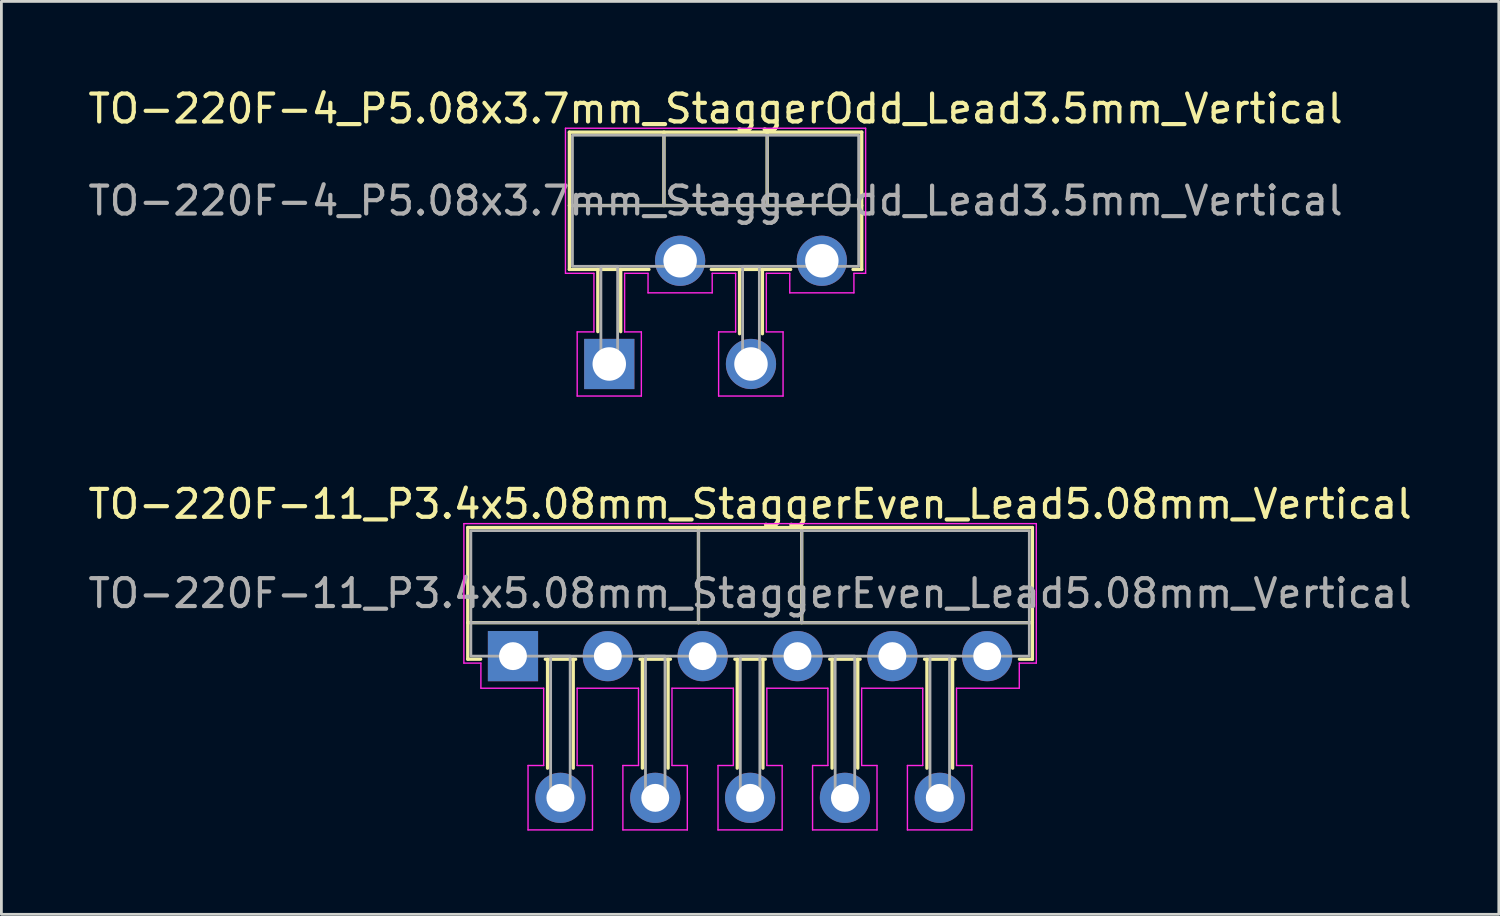
<source format=kicad_pcb>
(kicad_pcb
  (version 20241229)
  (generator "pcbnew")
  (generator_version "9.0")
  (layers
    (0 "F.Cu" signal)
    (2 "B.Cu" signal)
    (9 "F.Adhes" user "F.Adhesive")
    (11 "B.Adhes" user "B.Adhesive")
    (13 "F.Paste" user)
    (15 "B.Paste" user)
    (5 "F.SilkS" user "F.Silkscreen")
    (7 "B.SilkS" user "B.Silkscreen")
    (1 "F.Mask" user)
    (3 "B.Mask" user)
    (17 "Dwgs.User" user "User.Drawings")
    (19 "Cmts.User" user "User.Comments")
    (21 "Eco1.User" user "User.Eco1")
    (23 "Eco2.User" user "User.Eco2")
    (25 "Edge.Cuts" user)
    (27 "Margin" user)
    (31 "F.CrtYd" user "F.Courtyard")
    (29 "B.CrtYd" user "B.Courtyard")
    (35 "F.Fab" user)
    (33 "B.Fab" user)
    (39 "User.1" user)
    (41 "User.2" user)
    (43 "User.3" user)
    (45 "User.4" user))
  (footprint "TO-220F-11_P3.4x5.08mm_StaggerEven_Lead5.08mm_Vertical"
    (layer "F.Cu")
    (at 15.339 20.471)
    (property "Reference" "TO-220F-11_P3.4x5.08mm_StaggerEven_Lead5.08mm_Vertical" (at 8.5 -5.45 0) (layer "F.SilkS") (effects (font (size 1 1) (thickness 0.15))))
    (attr through_hole)
    (fp_line (start -1.62 -4.61) (end 18.62 -4.61) (stroke (width 0.12) (type solid)) (layer "F.SilkS"))
    (fp_line (start -1.62 -1.2) (end 18.62 -1.2) (stroke (width 0.12) (type solid)) (layer "F.SilkS"))
    (fp_line (start -1.62 0.11) (end -1.62 -4.61) (stroke (width 0.12) (type solid)) (layer "F.SilkS"))
    (fp_line (start -1.16 0.11) (end -1.62 0.11) (stroke (width 0.12) (type solid)) (layer "F.SilkS"))
    (fp_line (start 1.24 0.11) (end 1.24 4.015) (stroke (width 0.12) (type solid)) (layer "F.SilkS"))
    (fp_line (start 2.16 0.11) (end 2.16 4.015) (stroke (width 0.12) (type solid)) (layer "F.SilkS"))
    (fp_line (start 2.245 0.11) (end 1.16 0.11) (stroke (width 0.12) (type solid)) (layer "F.SilkS"))
    (fp_line (start 4.64 0.11) (end 4.64 4.015) (stroke (width 0.12) (type solid)) (layer "F.SilkS"))
    (fp_line (start 5.56 0.11) (end 5.56 4.015) (stroke (width 0.12) (type solid)) (layer "F.SilkS"))
    (fp_line (start 5.645 0.11) (end 4.555 0.11) (stroke (width 0.12) (type solid)) (layer "F.SilkS"))
    (fp_line (start 6.65 -4.61) (end 6.65 -1.2) (stroke (width 0.12) (type solid)) (layer "F.SilkS"))
    (fp_line (start 8.04 0.11) (end 8.04 4.015) (stroke (width 0.12) (type solid)) (layer "F.SilkS"))
    (fp_line (start 8.96 0.11) (end 8.96 4.015) (stroke (width 0.12) (type solid)) (layer "F.SilkS"))
    (fp_line (start 9.045 0.11) (end 7.955 0.11) (stroke (width 0.12) (type solid)) (layer "F.SilkS"))
    (fp_line (start 10.35 -4.61) (end 10.35 -1.2) (stroke (width 0.12) (type solid)) (layer "F.SilkS"))
    (fp_line (start 11.44 0.11) (end 11.44 4.015) (stroke (width 0.12) (type solid)) (layer "F.SilkS"))
    (fp_line (start 12.36 0.11) (end 12.36 4.015) (stroke (width 0.12) (type solid)) (layer "F.SilkS"))
    (fp_line (start 12.445 0.11) (end 11.355 0.11) (stroke (width 0.12) (type solid)) (layer "F.SilkS"))
    (fp_line (start 14.84 0.11) (end 14.84 4.015) (stroke (width 0.12) (type solid)) (layer "F.SilkS"))
    (fp_line (start 15.76 0.11) (end 15.76 4.015) (stroke (width 0.12) (type solid)) (layer "F.SilkS"))
    (fp_line (start 15.845 0.11) (end 14.755 0.11) (stroke (width 0.12) (type solid)) (layer "F.SilkS"))
    (fp_line (start 18.62 -4.61) (end 18.62 0.11) (stroke (width 0.12) (type solid)) (layer "F.SilkS"))
    (fp_line (start 18.62 0.11) (end 18.155 0.11) (stroke (width 0.12) (type solid)) (layer "F.SilkS"))
    (fp_line (start -1.76 -4.75) (end 18.76 -4.75) (stroke (width 0.05) (type solid)) (layer "F.CrtYd"))
    (fp_line (start -1.76 0.25) (end -1.76 -4.75) (stroke (width 0.05) (type solid)) (layer "F.CrtYd"))
    (fp_line (start -1.15 0.25) (end -1.76 0.25) (stroke (width 0.05) (type solid)) (layer "F.CrtYd"))
    (fp_line (start -1.15 1.15) (end -1.15 0.25) (stroke (width 0.05) (type solid)) (layer "F.CrtYd"))
    (fp_line (start 0.54 3.92) (end 1.1 3.92) (stroke (width 0.05) (type solid)) (layer "F.CrtYd"))
    (fp_line (start 0.54 6.23) (end 0.54 3.92) (stroke (width 0.05) (type solid)) (layer "F.CrtYd"))
    (fp_line (start 1.1 1.15) (end -1.15 1.15) (stroke (width 0.05) (type solid)) (layer "F.CrtYd"))
    (fp_line (start 1.1 3.92) (end 1.1 1.15) (stroke (width 0.05) (type solid)) (layer "F.CrtYd"))
    (fp_line (start 2.3 1.15) (end 2.3 3.92) (stroke (width 0.05) (type solid)) (layer "F.CrtYd"))
    (fp_line (start 2.3 3.92) (end 2.85 3.92) (stroke (width 0.05) (type solid)) (layer "F.CrtYd"))
    (fp_line (start 2.85 3.92) (end 2.85 6.23) (stroke (width 0.05) (type solid)) (layer "F.CrtYd"))
    (fp_line (start 2.85 6.23) (end 0.54 6.23) (stroke (width 0.05) (type solid)) (layer "F.CrtYd"))
    (fp_line (start 3.94 3.92) (end 4.5 3.92) (stroke (width 0.05) (type solid)) (layer "F.CrtYd"))
    (fp_line (start 3.94 6.23) (end 3.94 3.92) (stroke (width 0.05) (type solid)) (layer "F.CrtYd"))
    (fp_line (start 4.5 1.15) (end 2.3 1.15) (stroke (width 0.05) (type solid)) (layer "F.CrtYd"))
    (fp_line (start 4.5 3.92) (end 4.5 1.15) (stroke (width 0.05) (type solid)) (layer "F.CrtYd"))
    (fp_line (start 5.7 1.15) (end 5.7 3.92) (stroke (width 0.05) (type solid)) (layer "F.CrtYd"))
    (fp_line (start 5.7 3.92) (end 6.25 3.92) (stroke (width 0.05) (type solid)) (layer "F.CrtYd"))
    (fp_line (start 6.25 3.92) (end 6.25 6.23) (stroke (width 0.05) (type solid)) (layer "F.CrtYd"))
    (fp_line (start 6.25 6.23) (end 3.94 6.23) (stroke (width 0.05) (type solid)) (layer "F.CrtYd"))
    (fp_line (start 7.35 3.92) (end 7.9 3.92) (stroke (width 0.05) (type solid)) (layer "F.CrtYd"))
    (fp_line (start 7.35 6.23) (end 7.35 3.92) (stroke (width 0.05) (type solid)) (layer "F.CrtYd"))
    (fp_line (start 7.9 1.15) (end 5.7 1.15) (stroke (width 0.05) (type solid)) (layer "F.CrtYd"))
    (fp_line (start 7.9 3.92) (end 7.9 1.15) (stroke (width 0.05) (type solid)) (layer "F.CrtYd"))
    (fp_line (start 9.1 1.15) (end 9.1 3.92) (stroke (width 0.05) (type solid)) (layer "F.CrtYd"))
    (fp_line (start 9.1 3.92) (end 9.65 3.92) (stroke (width 0.05) (type solid)) (layer "F.CrtYd"))
    (fp_line (start 9.65 3.92) (end 9.65 6.23) (stroke (width 0.05) (type solid)) (layer "F.CrtYd"))
    (fp_line (start 9.65 6.23) (end 7.35 6.23) (stroke (width 0.05) (type solid)) (layer "F.CrtYd"))
    (fp_line (start 10.74 3.92) (end 11.29 3.92) (stroke (width 0.05) (type solid)) (layer "F.CrtYd"))
    (fp_line (start 10.74 6.23) (end 10.74 3.92) (stroke (width 0.05) (type solid)) (layer "F.CrtYd"))
    (fp_line (start 11.29 1.15) (end 9.1 1.15) (stroke (width 0.05) (type solid)) (layer "F.CrtYd"))
    (fp_line (start 11.29 3.92) (end 11.29 1.15) (stroke (width 0.05) (type solid)) (layer "F.CrtYd"))
    (fp_line (start 12.5 1.15) (end 12.5 3.92) (stroke (width 0.05) (type solid)) (layer "F.CrtYd"))
    (fp_line (start 12.5 3.92) (end 13.05 3.92) (stroke (width 0.05) (type solid)) (layer "F.CrtYd"))
    (fp_line (start 13.05 3.92) (end 13.05 6.23) (stroke (width 0.05) (type solid)) (layer "F.CrtYd"))
    (fp_line (start 13.05 6.23) (end 10.74 6.23) (stroke (width 0.05) (type solid)) (layer "F.CrtYd"))
    (fp_line (start 14.14 3.92) (end 14.69 3.92) (stroke (width 0.05) (type solid)) (layer "F.CrtYd"))
    (fp_line (start 14.14 6.23) (end 14.14 3.92) (stroke (width 0.05) (type solid)) (layer "F.CrtYd"))
    (fp_line (start 14.69 1.15) (end 12.5 1.15) (stroke (width 0.05) (type solid)) (layer "F.CrtYd"))
    (fp_line (start 14.69 3.92) (end 14.69 1.15) (stroke (width 0.05) (type solid)) (layer "F.CrtYd"))
    (fp_line (start 15.9 1.15) (end 15.9 3.92) (stroke (width 0.05) (type solid)) (layer "F.CrtYd"))
    (fp_line (start 15.9 3.92) (end 16.45 3.92) (stroke (width 0.05) (type solid)) (layer "F.CrtYd"))
    (fp_line (start 16.45 3.92) (end 16.45 6.23) (stroke (width 0.05) (type solid)) (layer "F.CrtYd"))
    (fp_line (start 16.45 6.23) (end 14.14 6.23) (stroke (width 0.05) (type solid)) (layer "F.CrtYd"))
    (fp_line (start 18.15 0.25) (end 18.15 1.15) (stroke (width 0.05) (type solid)) (layer "F.CrtYd"))
    (fp_line (start 18.15 1.15) (end 15.9 1.15) (stroke (width 0.05) (type solid)) (layer "F.CrtYd"))
    (fp_line (start 18.76 -4.75) (end 18.76 0.25) (stroke (width 0.05) (type solid)) (layer "F.CrtYd"))
    (fp_line (start 18.76 0.25) (end 18.15 0.25) (stroke (width 0.05) (type solid)) (layer "F.CrtYd"))
    (fp_line (start -1.51 -1.2) (end 18.51 -1.2) (stroke (width 0.1) (type solid)) (layer "F.Fab"))
    (fp_line (start 6.65 -4.5) (end 6.65 -1.2) (stroke (width 0.1) (type solid)) (layer "F.Fab"))
    (fp_line (start 10.35 -4.5) (end 10.35 -1.2) (stroke (width 0.1) (type solid)) (layer "F.Fab"))
    (fp_rect (start -1.51 -4.5) (end 18.51 0) (stroke (width 0.1) (type solid)) (fill no) (layer "F.Fab"))
    (fp_rect (start 1.35 0) (end 2.05 5.08) (stroke (width 0.1) (type solid)) (fill no) (layer "F.Fab"))
    (fp_rect (start 4.75 0) (end 5.45 5.08) (stroke (width 0.1) (type solid)) (fill no) (layer "F.Fab"))
    (fp_rect (start 8.15 0) (end 8.85 5.08) (stroke (width 0.1) (type solid)) (fill no) (layer "F.Fab"))
    (fp_rect (start 11.55 0) (end 12.25 5.08) (stroke (width 0.1) (type solid)) (fill no) (layer "F.Fab"))
    (fp_rect (start 14.95 0) (end 15.65 5.08) (stroke (width 0.1) (type solid)) (fill no) (layer "F.Fab"))
    (fp_text user "${REFERENCE}" (at 8.5 -2.25 0) (layer "F.Fab") (effects (font (size 1 1) (thickness 0.15))))
    (pad "1" thru_hole rect (at 0 0) (size 1.8 1.8) (drill 1) (layers "*.Cu" "*.Mask"))
    (pad "2" thru_hole circle (at 1.7 5.08) (size 1.8 1.8) (drill 1) (layers "*.Cu" "*.Mask"))
    (pad "3" thru_hole circle (at 3.4 0) (size 1.8 1.8) (drill 1) (layers "*.Cu" "*.Mask"))
    (pad "4" thru_hole circle (at 5.1 5.08) (size 1.8 1.8) (drill 1) (layers "*.Cu" "*.Mask"))
    (pad "5" thru_hole circle (at 6.8 0) (size 1.8 1.8) (drill 1) (layers "*.Cu" "*.Mask"))
    (pad "6" thru_hole circle (at 8.5 5.08) (size 1.8 1.8) (drill 1) (layers "*.Cu" "*.Mask"))
    (pad "7" thru_hole circle (at 10.2 0) (size 1.8 1.8) (drill 1) (layers "*.Cu" "*.Mask"))
    (pad "8" thru_hole circle (at 11.9 5.08) (size 1.8 1.8) (drill 1) (layers "*.Cu" "*.Mask"))
    (pad "9" thru_hole circle (at 13.6 0) (size 1.8 1.8) (drill 1) (layers "*.Cu" "*.Mask"))
    (pad "10" thru_hole circle (at 15.3 5.08) (size 1.8 1.8) (drill 1) (layers "*.Cu" "*.Mask"))
    (pad "11" thru_hole circle (at 17 0) (size 1.8 1.8) (drill 1) (layers "*.Cu" "*.Mask")))
  (footprint "TO-220F-4_P5.08x3.7mm_StaggerOdd_Lead3.5mm_Vertical"
    (layer "F.Cu")
    (at 18.791 9.998)
    (property "Reference" "TO-220F-4_P5.08x3.7mm_StaggerOdd_Lead3.5mm_Vertical" (at 3.81 -9.15 0) (layer "F.SilkS") (effects (font (size 1 1) (thickness 0.15))))
    (attr through_hole)
    (fp_line (start -1.43 -8.31) (end 9.05 -8.31) (stroke (width 0.12) (type solid)) (layer "F.SilkS"))
    (fp_line (start -1.43 -5.68) (end 9.05 -5.68) (stroke (width 0.12) (type solid)) (layer "F.SilkS"))
    (fp_line (start -1.43 -3.39) (end -1.43 -8.31) (stroke (width 0.12) (type solid)) (layer "F.SilkS"))
    (fp_line (start -0.41 -3.39) (end -0.41 -1.16) (stroke (width 0.12) (type solid)) (layer "F.SilkS"))
    (fp_line (start 0.41 -3.39) (end 0.41 -1.16) (stroke (width 0.12) (type solid)) (layer "F.SilkS"))
    (fp_line (start 1.422 -3.39) (end -1.43 -3.39) (stroke (width 0.12) (type solid)) (layer "F.SilkS"))
    (fp_line (start 1.96 -8.31) (end 1.96 -5.68) (stroke (width 0.12) (type solid)) (layer "F.SilkS"))
    (fp_line (start 4.67 -3.39) (end 4.67 -1.085) (stroke (width 0.12) (type solid)) (layer "F.SilkS"))
    (fp_line (start 5.49 -3.39) (end 5.49 -1.085) (stroke (width 0.12) (type solid)) (layer "F.SilkS"))
    (fp_line (start 5.66 -8.31) (end 5.66 -5.68) (stroke (width 0.12) (type solid)) (layer "F.SilkS"))
    (fp_line (start 6.502 -3.39) (end 3.658 -3.39) (stroke (width 0.12) (type solid)) (layer "F.SilkS"))
    (fp_line (start 9.05 -8.31) (end 9.05 -3.39) (stroke (width 0.12) (type solid)) (layer "F.SilkS"))
    (fp_line (start 9.05 -3.39) (end 8.738 -3.39) (stroke (width 0.12) (type solid)) (layer "F.SilkS"))
    (fp_line (start -1.57 -8.45) (end 9.19 -8.45) (stroke (width 0.05) (type solid)) (layer "F.CrtYd"))
    (fp_line (start -1.57 -3.25) (end -1.57 -8.45) (stroke (width 0.05) (type solid)) (layer "F.CrtYd"))
    (fp_line (start -1.15 -1.15) (end -0.55 -1.15) (stroke (width 0.05) (type solid)) (layer "F.CrtYd"))
    (fp_line (start -1.15 1.15) (end -1.15 -1.15) (stroke (width 0.05) (type solid)) (layer "F.CrtYd"))
    (fp_line (start -0.55 -3.25) (end -1.57 -3.25) (stroke (width 0.05) (type solid)) (layer "F.CrtYd"))
    (fp_line (start -0.55 -1.15) (end -0.55 -3.25) (stroke (width 0.05) (type solid)) (layer "F.CrtYd"))
    (fp_line (start 0.55 -3.25) (end 0.55 -1.15) (stroke (width 0.05) (type solid)) (layer "F.CrtYd"))
    (fp_line (start 0.55 -1.15) (end 1.15 -1.15) (stroke (width 0.05) (type solid)) (layer "F.CrtYd"))
    (fp_line (start 1.15 -1.15) (end 1.15 1.15) (stroke (width 0.05) (type solid)) (layer "F.CrtYd"))
    (fp_line (start 1.15 1.15) (end -1.15 1.15) (stroke (width 0.05) (type solid)) (layer "F.CrtYd"))
    (fp_line (start 1.39 -3.25) (end 0.55 -3.25) (stroke (width 0.05) (type solid)) (layer "F.CrtYd"))
    (fp_line (start 1.39 -2.55) (end 1.39 -3.25) (stroke (width 0.05) (type solid)) (layer "F.CrtYd"))
    (fp_line (start 3.69 -3.25) (end 3.69 -2.55) (stroke (width 0.05) (type solid)) (layer "F.CrtYd"))
    (fp_line (start 3.69 -2.55) (end 1.39 -2.55) (stroke (width 0.05) (type solid)) (layer "F.CrtYd"))
    (fp_line (start 3.92 -1.15) (end 4.53 -1.15) (stroke (width 0.05) (type solid)) (layer "F.CrtYd"))
    (fp_line (start 3.92 1.15) (end 3.92 -1.15) (stroke (width 0.05) (type solid)) (layer "F.CrtYd"))
    (fp_line (start 4.53 -3.25) (end 3.69 -3.25) (stroke (width 0.05) (type solid)) (layer "F.CrtYd"))
    (fp_line (start 4.53 -1.15) (end 4.53 -3.25) (stroke (width 0.05) (type solid)) (layer "F.CrtYd"))
    (fp_line (start 5.63 -3.25) (end 5.63 -1.15) (stroke (width 0.05) (type solid)) (layer "F.CrtYd"))
    (fp_line (start 5.63 -1.15) (end 6.23 -1.15) (stroke (width 0.05) (type solid)) (layer "F.CrtYd"))
    (fp_line (start 6.23 -1.15) (end 6.23 1.15) (stroke (width 0.05) (type solid)) (layer "F.CrtYd"))
    (fp_line (start 6.23 1.15) (end 3.92 1.15) (stroke (width 0.05) (type solid)) (layer "F.CrtYd"))
    (fp_line (start 6.47 -3.25) (end 5.63 -3.25) (stroke (width 0.05) (type solid)) (layer "F.CrtYd"))
    (fp_line (start 6.47 -2.55) (end 6.47 -3.25) (stroke (width 0.05) (type solid)) (layer "F.CrtYd"))
    (fp_line (start 8.77 -3.25) (end 8.77 -2.55) (stroke (width 0.05) (type solid)) (layer "F.CrtYd"))
    (fp_line (start 8.77 -2.55) (end 6.47 -2.55) (stroke (width 0.05) (type solid)) (layer "F.CrtYd"))
    (fp_line (start 9.19 -8.45) (end 9.19 -3.25) (stroke (width 0.05) (type solid)) (layer "F.CrtYd"))
    (fp_line (start 9.19 -3.25) (end 8.77 -3.25) (stroke (width 0.05) (type solid)) (layer "F.CrtYd"))
    (fp_line (start -1.32 -5.68) (end 8.94 -5.68) (stroke (width 0.1) (type solid)) (layer "F.Fab"))
    (fp_line (start 1.96 -8.2) (end 1.96 -5.68) (stroke (width 0.1) (type solid)) (layer "F.Fab"))
    (fp_line (start 5.66 -8.2) (end 5.66 -5.68) (stroke (width 0.1) (type solid)) (layer "F.Fab"))
    (fp_rect (start -1.32 -8.2) (end 8.94 -3.5) (stroke (width 0.1) (type solid)) (fill no) (layer "F.Fab"))
    (fp_rect (start -0.3 -3.5) (end 0.3 0) (stroke (width 0.1) (type solid)) (fill no) (layer "F.Fab"))
    (fp_rect (start 4.78 -3.5) (end 5.38 0) (stroke (width 0.1) (type solid)) (fill no) (layer "F.Fab"))
    (fp_text user "${REFERENCE}" (at 3.81 -5.85 0) (layer "F.Fab") (effects (font (size 1 1) (thickness 0.15))))
    (pad "1" thru_hole rect (at 0 0) (size 1.8 1.8) (drill 1.2) (layers "*.Cu" "*.Mask"))
    (pad "2" thru_hole circle (at 2.54 -3.7) (size 1.8 1.8) (drill 1.2) (layers "*.Cu" "*.Mask"))
    (pad "3" thru_hole circle (at 5.08 0) (size 1.8 1.8) (drill 1.2) (layers "*.Cu" "*.Mask"))
    (pad "4" thru_hole circle (at 7.62 -3.7) (size 1.8 1.8) (drill 1.2) (layers "*.Cu" "*.Mask")))
  (gr_rect
    (start -3 -3)
    (end 50.679 29.727)
    (stroke (width 0.1) (type default))
    (fill no)
    (layer "Edge.Cuts")))
</source>
